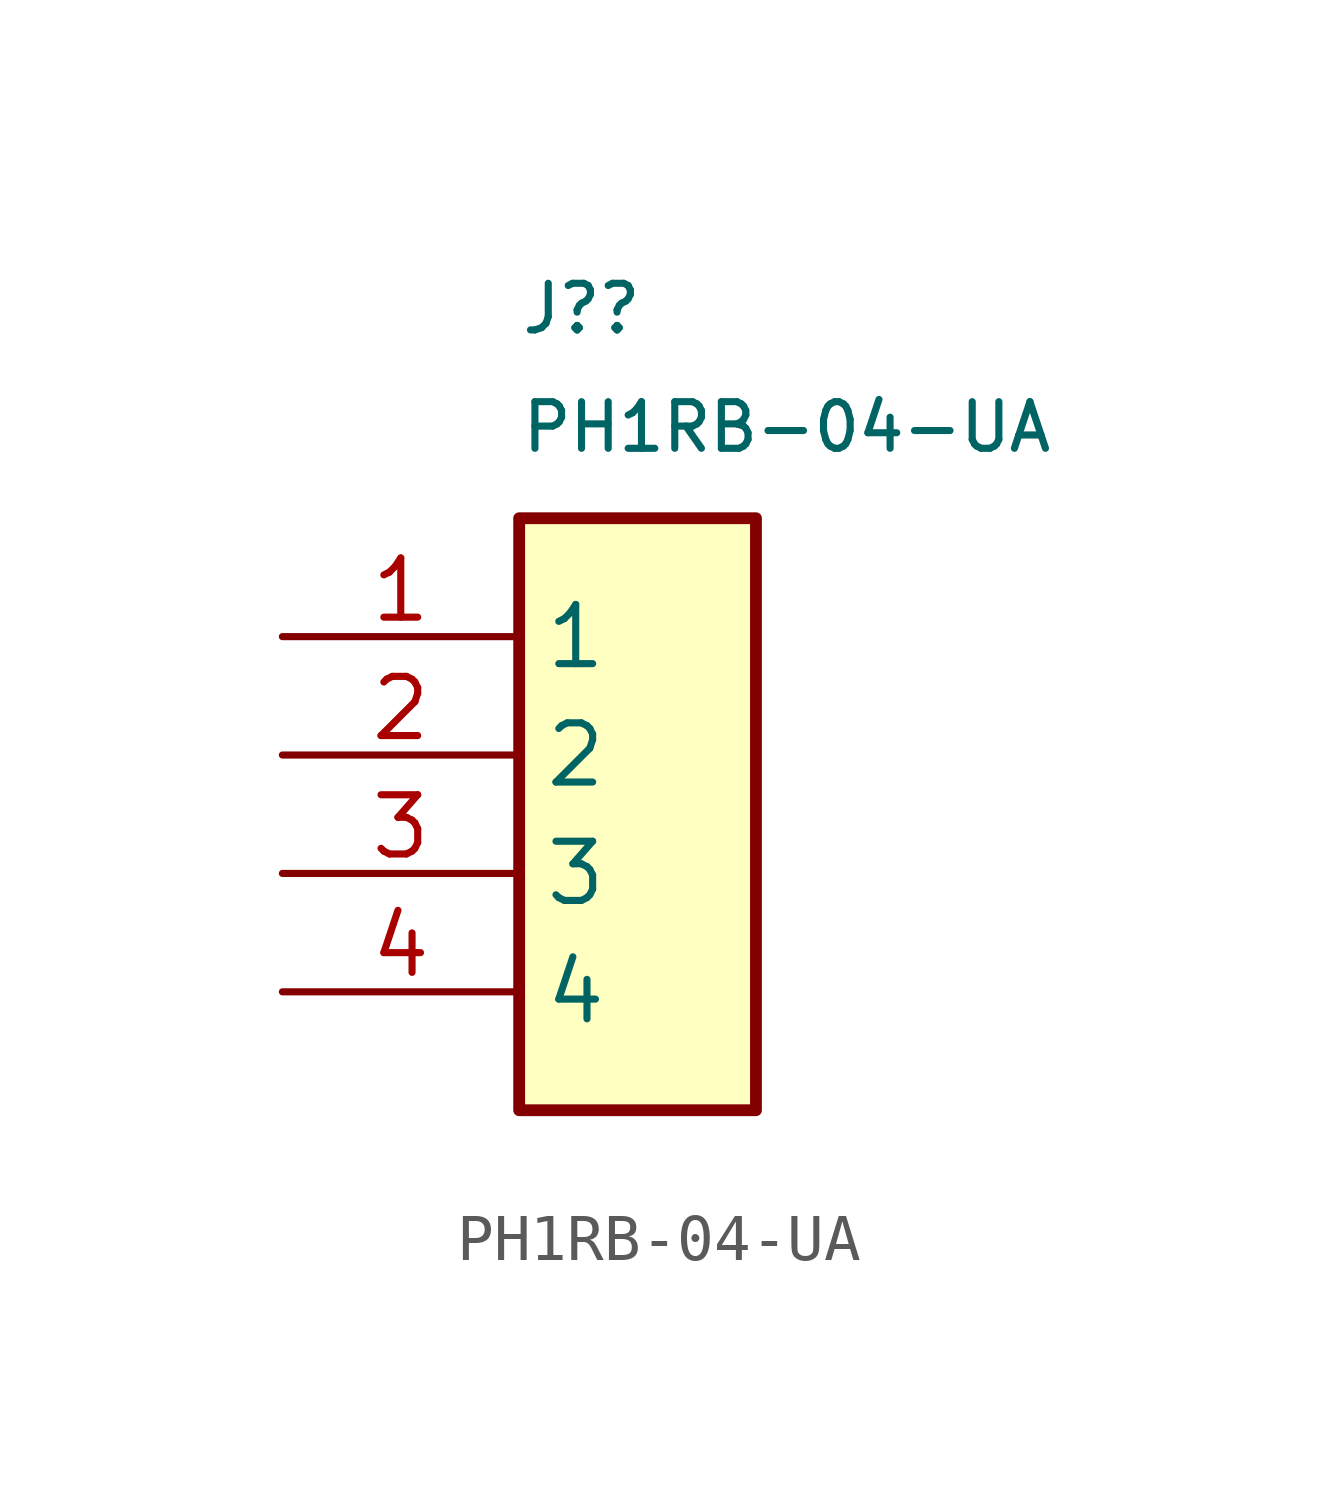
<source format=kicad_sym>
(kicad_symbol_lib
  (version 20220914)
  (generator kicad_symbol_editor)
  (symbol "PH1RB-04-UA"
    (property "Reference" "J?"
      (at 5.08 7.62 0)
      (effects (font (size 1 1)) (justify left top)))
    (property "Value" "PH1RB-04-UA"
      (at 5.08 5.08 0)
      (effects (font (size 1 1)) (justify left top)))
    (symbol "PH1RB-04-UA_1_1"
      (rectangle (start 5.08 2.54) (end 10.16 -10.16) (stroke (width 0.254) (type default)) (fill (type background)))
      (pin passive line (at 0 0 0) (length 5.08) (name "1" (effects (font (size 1.27 1.27)))) (number "1" (effects (font (size 1.27 1.27)))))
      (pin passive line (at 0 -2.54 0) (length 5.08) (name "2" (effects (font (size 1.27 1.27)))) (number "2" (effects (font (size 1.27 1.27)))))
      (pin passive line (at 0 -5.08 0) (length 5.08) (name "3" (effects (font (size 1.27 1.27)))) (number "3" (effects (font (size 1.27 1.27)))))
      (pin passive line (at 0 -7.62 0) (length 5.08) (name "4" (effects (font (size 1.27 1.27)))) (number "4" (effects (font (size 1.27 1.27))))))))
</source>
